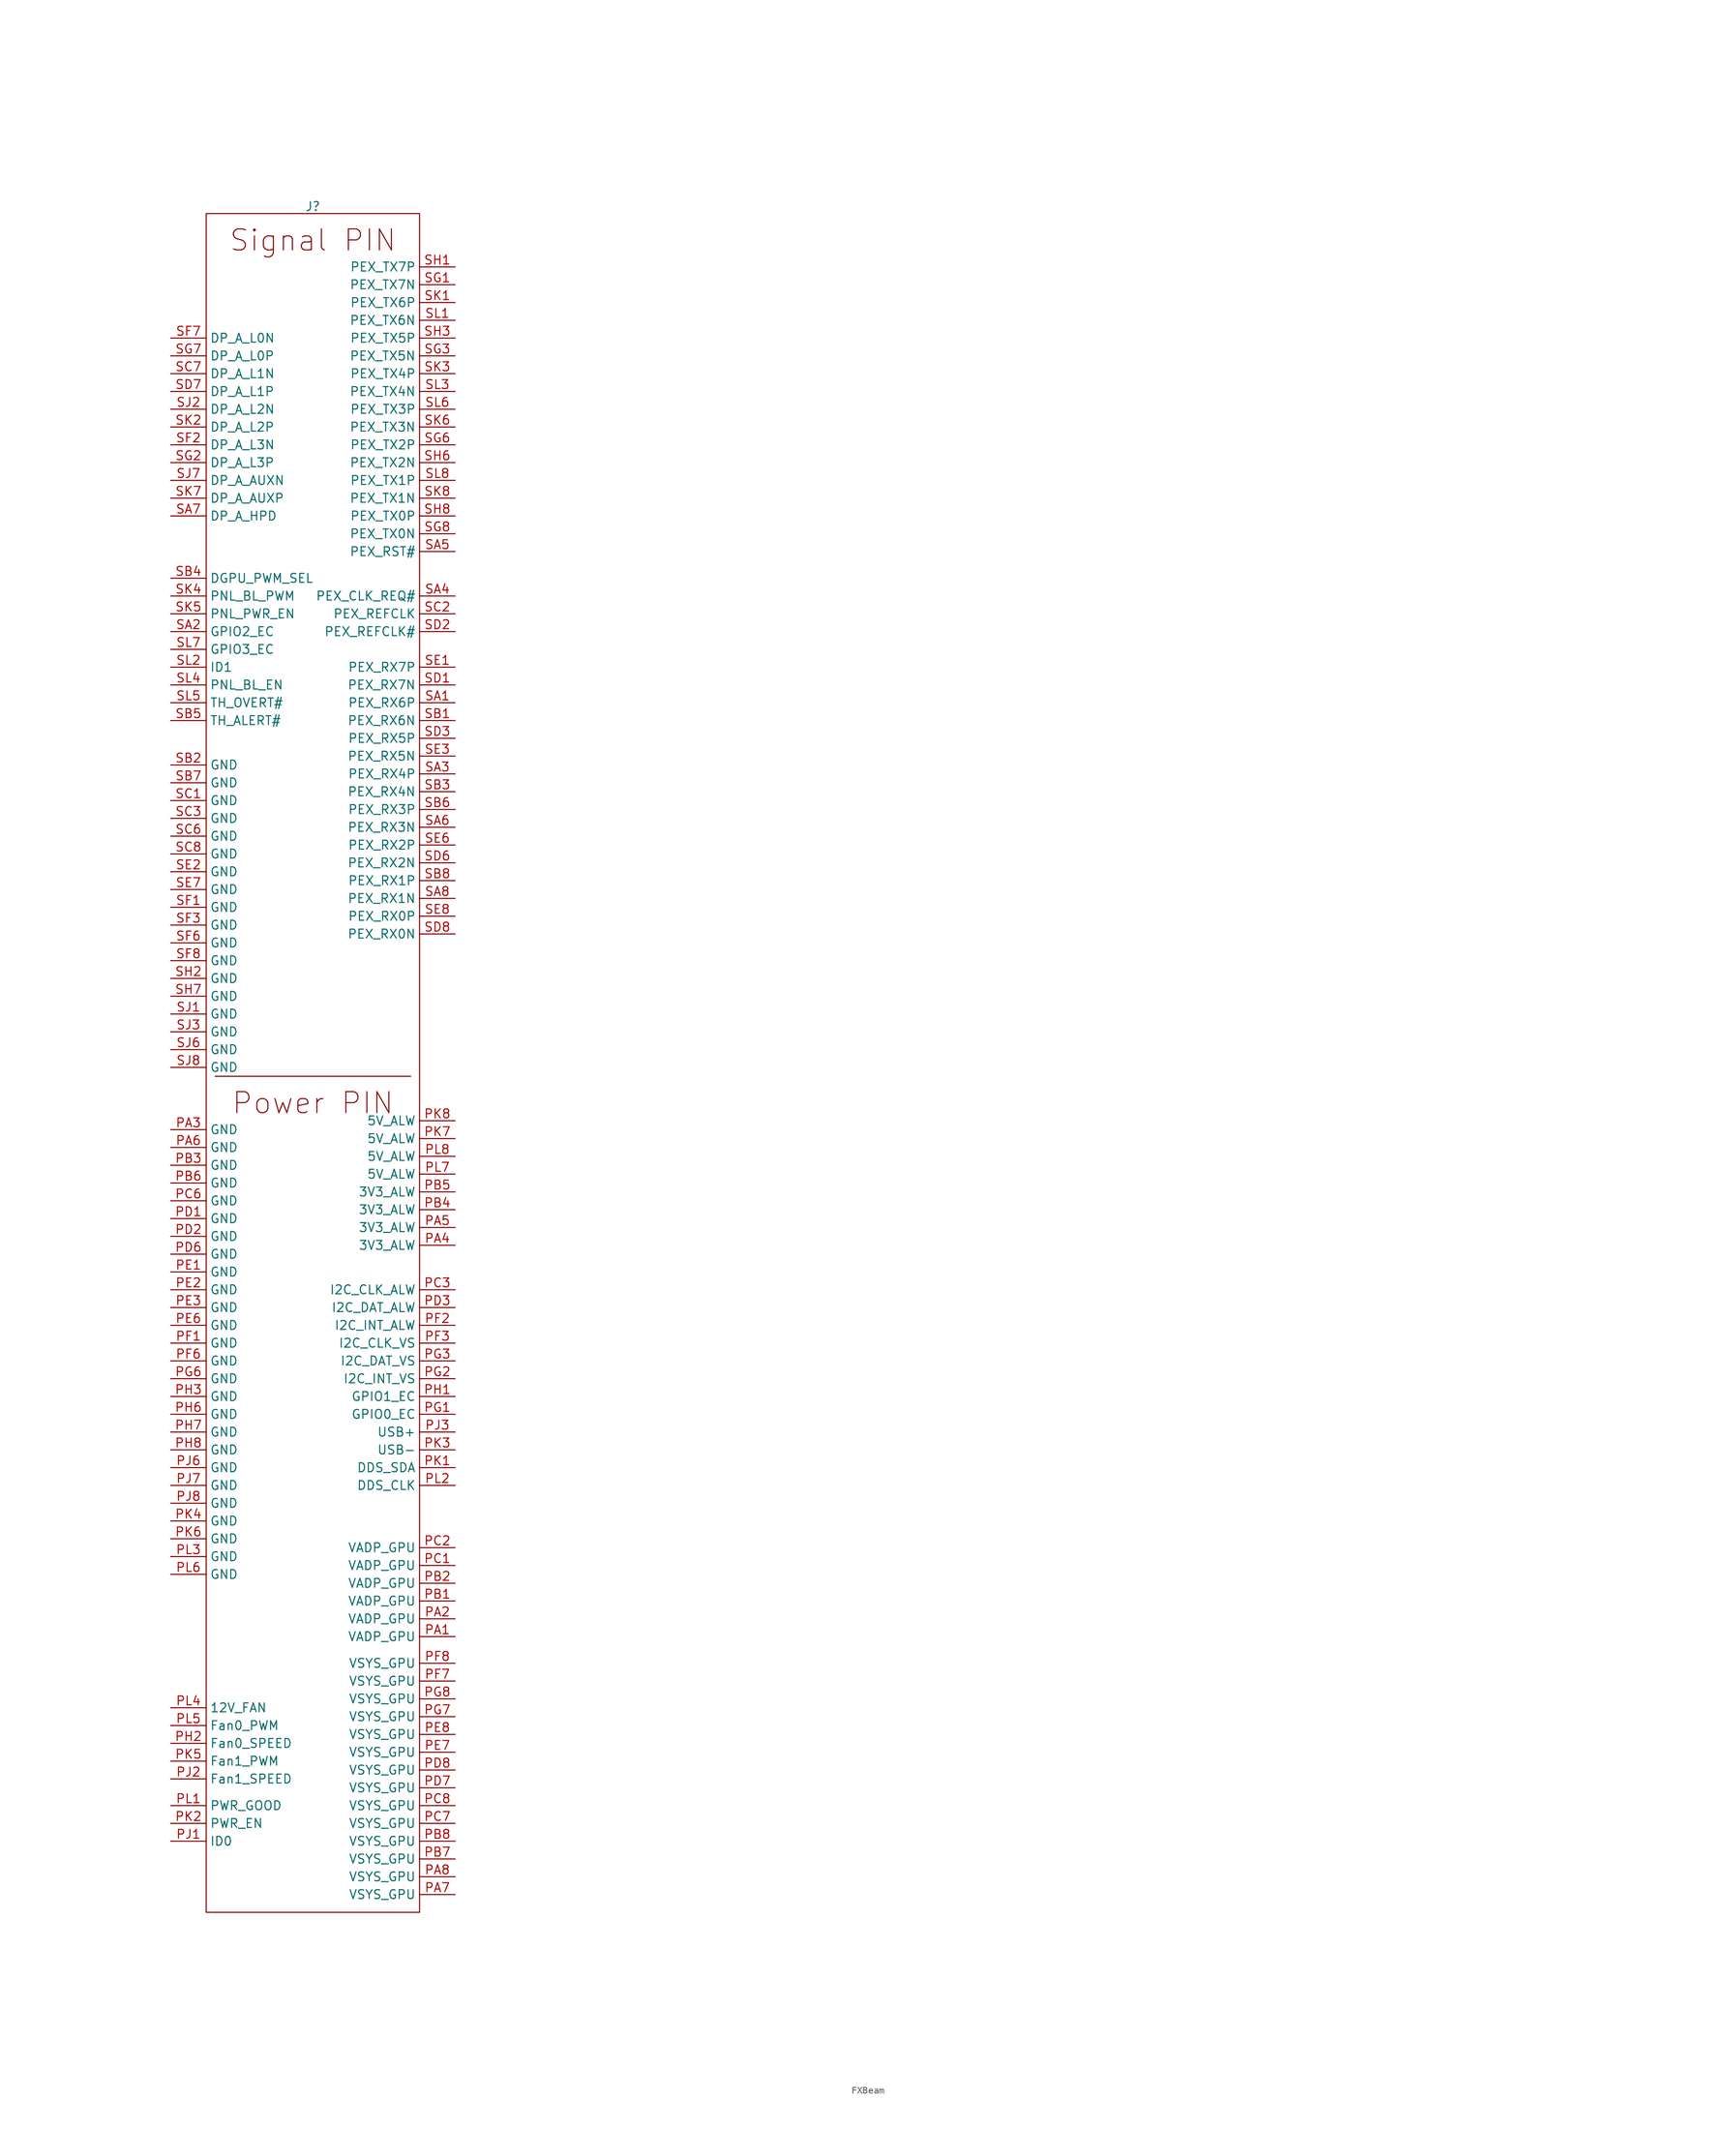
<source format=kicad_sym>
(kicad_symbol_lib
  (version 20241209)
  (generator "kicad_symbol_editor")
  (generator_version "9.0")
  (symbol "FXBeam"
    (property "Reference" "J"
      (at 0 124.206 0)
      (effects (font (size 1.27 1.27))))
    (property "Value" ""
      (at 179.07 -50.8 0)
      (effects (font (size 1.27 1.27))))
    (symbol "FXBeam_0_0"
      (pin unspecified line (at -20.32 105.41 0) (length 5.08) (name "DP_A_L0N" (effects (font (size 1.27 1.27)))) (number "SF7" (effects (font (size 1.27 1.27)))))
      (pin unspecified line (at -20.32 102.87 0) (length 5.08) (name "DP_A_L0P" (effects (font (size 1.27 1.27)))) (number "SG7" (effects (font (size 1.27 1.27)))))
      (pin unspecified line (at -20.32 100.33 0) (length 5.08) (name "DP_A_L1N" (effects (font (size 1.27 1.27)))) (number "SC7" (effects (font (size 1.27 1.27)))))
      (pin unspecified line (at -20.32 97.79 0) (length 5.08) (name "DP_A_L1P" (effects (font (size 1.27 1.27)))) (number "SD7" (effects (font (size 1.27 1.27)))))
      (pin unspecified line (at -20.32 95.25 0) (length 5.08) (name "DP_A_L2N" (effects (font (size 1.27 1.27)))) (number "SJ2" (effects (font (size 1.27 1.27)))))
      (pin unspecified line (at -20.32 92.71 0) (length 5.08) (name "DP_A_L2P" (effects (font (size 1.27 1.27)))) (number "SK2" (effects (font (size 1.27 1.27)))))
      (pin unspecified line (at -20.32 90.17 0) (length 5.08) (name "DP_A_L3N" (effects (font (size 1.27 1.27)))) (number "SF2" (effects (font (size 1.27 1.27)))))
      (pin unspecified line (at -20.32 87.63 0) (length 5.08) (name "DP_A_L3P" (effects (font (size 1.27 1.27)))) (number "SG2" (effects (font (size 1.27 1.27)))))
      (pin unspecified line (at -20.32 80.01 0) (length 5.08) (name "DP_A_HPD" (effects (font (size 1.27 1.27)))) (number "SA7" (effects (font (size 1.27 1.27)))))
      (pin unspecified line (at -20.32 71.12 0) (length 5.08) (name "DGPU_PWM_SEL" (effects (font (size 1.27 1.27)))) (number "SB4" (effects (font (size 1.27 1.27)))))
      (pin unspecified line (at -20.32 68.58 0) (length 5.08) (name "PNL_BL_PWM" (effects (font (size 1.27 1.27)))) (number "SK4" (effects (font (size 1.27 1.27)))))
      (pin unspecified line (at -20.32 66.04 0) (length 5.08) (name "PNL_PWR_EN" (effects (font (size 1.27 1.27)))) (number "SK5" (effects (font (size 1.27 1.27)))))
      (pin unspecified line (at -20.32 63.5 0) (length 5.08) (name "GPIO2_EC" (effects (font (size 1.27 1.27)))) (number "SA2" (effects (font (size 1.27 1.27)))))
      (pin unspecified line (at -20.32 60.96 0) (length 5.08) (name "GPIO3_EC" (effects (font (size 1.27 1.27)))) (number "SL7" (effects (font (size 1.27 1.27)))))
      (pin unspecified line (at -20.32 58.42 0) (length 5.08) (name "ID1" (effects (font (size 1.27 1.27)))) (number "SL2" (effects (font (size 1.27 1.27)))))
      (pin unspecified line (at -20.32 55.88 0) (length 5.08) (name "PNL_BL_EN" (effects (font (size 1.27 1.27)))) (number "SL4" (effects (font (size 1.27 1.27)))))
      (pin unspecified line (at -20.32 53.34 0) (length 5.08) (name "TH_OVERT#" (effects (font (size 1.27 1.27)))) (number "SL5" (effects (font (size 1.27 1.27)))))
      (pin unspecified line (at -20.32 50.8 0) (length 5.08) (name "TH_ALERT#" (effects (font (size 1.27 1.27)))) (number "SB5" (effects (font (size 1.27 1.27)))))
      (pin unspecified line (at -20.32 44.45 0) (length 5.08) (name "GND" (effects (font (size 1.27 1.27)))) (number "SB2" (effects (font (size 1.27 1.27)))))
      (pin unspecified line (at -20.32 41.91 0) (length 5.08) (name "GND" (effects (font (size 1.27 1.27)))) (number "SB7" (effects (font (size 1.27 1.27)))))
      (pin unspecified line (at -20.32 39.37 0) (length 5.08) (name "GND" (effects (font (size 1.27 1.27)))) (number "SC1" (effects (font (size 1.27 1.27)))))
      (pin unspecified line (at -20.32 36.83 0) (length 5.08) (name "GND" (effects (font (size 1.27 1.27)))) (number "SC3" (effects (font (size 1.27 1.27)))))
      (pin unspecified line (at -20.32 34.29 0) (length 5.08) (name "GND" (effects (font (size 1.27 1.27)))) (number "SC6" (effects (font (size 1.27 1.27)))))
      (pin unspecified line (at -20.32 31.75 0) (length 5.08) (name "GND" (effects (font (size 1.27 1.27)))) (number "SC8" (effects (font (size 1.27 1.27)))))
      (pin unspecified line (at -20.32 29.21 0) (length 5.08) (name "GND" (effects (font (size 1.27 1.27)))) (number "SE2" (effects (font (size 1.27 1.27)))))
      (pin unspecified line (at -20.32 26.67 0) (length 5.08) (name "GND" (effects (font (size 1.27 1.27)))) (number "SE7" (effects (font (size 1.27 1.27)))))
      (pin unspecified line (at -20.32 24.13 0) (length 5.08) (name "GND" (effects (font (size 1.27 1.27)))) (number "SF1" (effects (font (size 1.27 1.27)))))
      (pin unspecified line (at -20.32 21.59 0) (length 5.08) (name "GND" (effects (font (size 1.27 1.27)))) (number "SF3" (effects (font (size 1.27 1.27)))))
      (pin unspecified line (at -20.32 19.05 0) (length 5.08) (name "GND" (effects (font (size 1.27 1.27)))) (number "SF6" (effects (font (size 1.27 1.27)))))
      (pin unspecified line (at -20.32 16.51 0) (length 5.08) (name "GND" (effects (font (size 1.27 1.27)))) (number "SF8" (effects (font (size 1.27 1.27)))))
      (pin unspecified line (at -20.32 13.97 0) (length 5.08) (name "GND" (effects (font (size 1.27 1.27)))) (number "SH2" (effects (font (size 1.27 1.27)))))
      (pin unspecified line (at -20.32 11.43 0) (length 5.08) (name "GND" (effects (font (size 1.27 1.27)))) (number "SH7" (effects (font (size 1.27 1.27)))))
      (pin unspecified line (at -20.32 8.89 0) (length 5.08) (name "GND" (effects (font (size 1.27 1.27)))) (number "SJ1" (effects (font (size 1.27 1.27)))))
      (pin unspecified line (at -20.32 6.35 0) (length 5.08) (name "GND" (effects (font (size 1.27 1.27)))) (number "SJ3" (effects (font (size 1.27 1.27)))))
      (pin unspecified line (at -20.32 3.81 0) (length 5.08) (name "GND" (effects (font (size 1.27 1.27)))) (number "SJ6" (effects (font (size 1.27 1.27)))))
      (pin unspecified line (at -20.32 1.27 0) (length 5.08) (name "GND" (effects (font (size 1.27 1.27)))) (number "SJ8" (effects (font (size 1.27 1.27)))))
      (pin unspecified line (at -20.32 -7.62 0) (length 5.08) (name "GND" (effects (font (size 1.27 1.27)))) (number "PA3" (effects (font (size 1.27 1.27)))))
      (pin unspecified line (at -20.32 -10.16 0) (length 5.08) (name "GND" (effects (font (size 1.27 1.27)))) (number "PA6" (effects (font (size 1.27 1.27)))))
      (pin unspecified line (at -20.32 -12.7 0) (length 5.08) (name "GND" (effects (font (size 1.27 1.27)))) (number "PB3" (effects (font (size 1.27 1.27)))))
      (pin unspecified line (at -20.32 -15.24 0) (length 5.08) (name "GND" (effects (font (size 1.27 1.27)))) (number "PB6" (effects (font (size 1.27 1.27)))))
      (pin unspecified line (at -20.32 -17.78 0) (length 5.08) (name "GND" (effects (font (size 1.27 1.27)))) (number "PC6" (effects (font (size 1.27 1.27)))))
      (pin unspecified line (at -20.32 -20.32 0) (length 5.08) (name "GND" (effects (font (size 1.27 1.27)))) (number "PD1" (effects (font (size 1.27 1.27)))))
      (pin unspecified line (at -20.32 -22.86 0) (length 5.08) (name "GND" (effects (font (size 1.27 1.27)))) (number "PD2" (effects (font (size 1.27 1.27)))))
      (pin unspecified line (at -20.32 -25.4 0) (length 5.08) (name "GND" (effects (font (size 1.27 1.27)))) (number "PD6" (effects (font (size 1.27 1.27)))))
      (pin unspecified line (at -20.32 -27.94 0) (length 5.08) (name "GND" (effects (font (size 1.27 1.27)))) (number "PE1" (effects (font (size 1.27 1.27)))))
      (pin unspecified line (at -20.32 -30.48 0) (length 5.08) (name "GND" (effects (font (size 1.27 1.27)))) (number "PE2" (effects (font (size 1.27 1.27)))))
      (pin unspecified line (at -20.32 -33.02 0) (length 5.08) (name "GND" (effects (font (size 1.27 1.27)))) (number "PE3" (effects (font (size 1.27 1.27)))))
      (pin unspecified line (at -20.32 -35.56 0) (length 5.08) (name "GND" (effects (font (size 1.27 1.27)))) (number "PE6" (effects (font (size 1.27 1.27)))))
      (pin unspecified line (at -20.32 -38.1 0) (length 5.08) (name "GND" (effects (font (size 1.27 1.27)))) (number "PF1" (effects (font (size 1.27 1.27)))))
      (pin unspecified line (at -20.32 -40.64 0) (length 5.08) (name "GND" (effects (font (size 1.27 1.27)))) (number "PF6" (effects (font (size 1.27 1.27)))))
      (pin unspecified line (at -20.32 -43.18 0) (length 5.08) (name "GND" (effects (font (size 1.27 1.27)))) (number "PG6" (effects (font (size 1.27 1.27)))))
      (pin unspecified line (at -20.32 -45.72 0) (length 5.08) (name "GND" (effects (font (size 1.27 1.27)))) (number "PH3" (effects (font (size 1.27 1.27)))))
      (pin unspecified line (at -20.32 -48.26 0) (length 5.08) (name "GND" (effects (font (size 1.27 1.27)))) (number "PH6" (effects (font (size 1.27 1.27)))))
      (pin unspecified line (at -20.32 -50.8 0) (length 5.08) (name "GND" (effects (font (size 1.27 1.27)))) (number "PH7" (effects (font (size 1.27 1.27)))))
      (pin unspecified line (at -20.32 -53.34 0) (length 5.08) (name "GND" (effects (font (size 1.27 1.27)))) (number "PH8" (effects (font (size 1.27 1.27)))))
      (pin unspecified line (at -20.32 -55.88 0) (length 5.08) (name "GND" (effects (font (size 1.27 1.27)))) (number "PJ6" (effects (font (size 1.27 1.27)))))
      (pin unspecified line (at -20.32 -58.42 0) (length 5.08) (name "GND" (effects (font (size 1.27 1.27)))) (number "PJ7" (effects (font (size 1.27 1.27)))))
      (pin unspecified line (at -20.32 -60.96 0) (length 5.08) (name "GND" (effects (font (size 1.27 1.27)))) (number "PJ8" (effects (font (size 1.27 1.27)))))
      (pin unspecified line (at -20.32 -63.5 0) (length 5.08) (name "GND" (effects (font (size 1.27 1.27)))) (number "PK4" (effects (font (size 1.27 1.27)))))
      (pin unspecified line (at -20.32 -66.04 0) (length 5.08) (name "GND" (effects (font (size 1.27 1.27)))) (number "PK6" (effects (font (size 1.27 1.27)))))
      (pin unspecified line (at -20.32 -68.58 0) (length 5.08) (name "GND" (effects (font (size 1.27 1.27)))) (number "PL3" (effects (font (size 1.27 1.27)))))
      (pin unspecified line (at -20.32 -71.12 0) (length 5.08) (name "GND" (effects (font (size 1.27 1.27)))) (number "PL6" (effects (font (size 1.27 1.27)))))
      (pin power_in line (at -20.32 -90.17 0) (length 5.08) (name "12V_FAN" (effects (font (size 1.27 1.27)))) (number "PL4" (effects (font (size 1.27 1.27)))))
      (pin input line (at -20.32 -92.71 0) (length 5.08) (name "Fan0_PWM" (effects (font (size 1.27 1.27)))) (number "PL5" (effects (font (size 1.27 1.27)))))
      (pin output line (at -20.32 -95.25 0) (length 5.08) (name "Fan0_SPEED" (effects (font (size 1.27 1.27)))) (number "PH2" (effects (font (size 1.27 1.27)))))
      (pin input line (at -20.32 -97.79 0) (length 5.08) (name "Fan1_PWM" (effects (font (size 1.27 1.27)))) (number "PK5" (effects (font (size 1.27 1.27)))))
      (pin output line (at -20.32 -100.33 0) (length 5.08) (name "Fan1_SPEED" (effects (font (size 1.27 1.27)))) (number "PJ2" (effects (font (size 1.27 1.27)))))
      (pin output line (at -20.32 -104.14 0) (length 5.08) (name "PWR_GOOD" (effects (font (size 1.27 1.27)))) (number "PL1" (effects (font (size 1.27 1.27)))))
      (pin input line (at -20.32 -106.68 0) (length 5.08) (name "PWR_EN" (effects (font (size 1.27 1.27)))) (number "PK2" (effects (font (size 1.27 1.27)))))
      (pin output line (at -20.32 -109.22 0) (length 5.08) (name "ID0" (effects (font (size 1.27 1.27)))) (number "PJ1" (effects (font (size 1.27 1.27)))))
      (pin unspecified line (at 20.32 115.57 180) (length 5.08) (name "PEX_TX7P" (effects (font (size 1.27 1.27)))) (number "SH1" (effects (font (size 1.27 1.27)))))
      (pin unspecified line (at 20.32 113.03 180) (length 5.08) (name "PEX_TX7N" (effects (font (size 1.27 1.27)))) (number "SG1" (effects (font (size 1.27 1.27)))))
      (pin unspecified line (at 20.32 110.49 180) (length 5.08) (name "PEX_TX6P" (effects (font (size 1.27 1.27)))) (number "SK1" (effects (font (size 1.27 1.27)))))
      (pin unspecified line (at 20.32 107.95 180) (length 5.08) (name "PEX_TX6N" (effects (font (size 1.27 1.27)))) (number "SL1" (effects (font (size 1.27 1.27)))))
      (pin unspecified line (at 20.32 105.41 180) (length 5.08) (name "PEX_TX5P" (effects (font (size 1.27 1.27)))) (number "SH3" (effects (font (size 1.27 1.27)))))
      (pin unspecified line (at 20.32 102.87 180) (length 5.08) (name "PEX_TX5N" (effects (font (size 1.27 1.27)))) (number "SG3" (effects (font (size 1.27 1.27)))))
      (pin unspecified line (at 20.32 100.33 180) (length 5.08) (name "PEX_TX4P" (effects (font (size 1.27 1.27)))) (number "SK3" (effects (font (size 1.27 1.27)))))
      (pin unspecified line (at 20.32 97.79 180) (length 5.08) (name "PEX_TX4N" (effects (font (size 1.27 1.27)))) (number "SL3" (effects (font (size 1.27 1.27)))))
      (pin unspecified line (at 20.32 95.25 180) (length 5.08) (name "PEX_TX3P" (effects (font (size 1.27 1.27)))) (number "SL6" (effects (font (size 1.27 1.27)))))
      (pin unspecified line (at 20.32 92.71 180) (length 5.08) (name "PEX_TX3N" (effects (font (size 1.27 1.27)))) (number "SK6" (effects (font (size 1.27 1.27)))))
      (pin unspecified line (at 20.32 90.17 180) (length 5.08) (name "PEX_TX2P" (effects (font (size 1.27 1.27)))) (number "SG6" (effects (font (size 1.27 1.27)))))
      (pin unspecified line (at 20.32 87.63 180) (length 5.08) (name "PEX_TX2N" (effects (font (size 1.27 1.27)))) (number "SH6" (effects (font (size 1.27 1.27)))))
      (pin unspecified line (at 20.32 85.09 180) (length 5.08) (name "PEX_TX1P" (effects (font (size 1.27 1.27)))) (number "SL8" (effects (font (size 1.27 1.27)))))
      (pin unspecified line (at 20.32 82.55 180) (length 5.08) (name "PEX_TX1N" (effects (font (size 1.27 1.27)))) (number "SK8" (effects (font (size 1.27 1.27)))))
      (pin unspecified line (at 20.32 80.01 180) (length 5.08) (name "PEX_TX0P" (effects (font (size 1.27 1.27)))) (number "SH8" (effects (font (size 1.27 1.27)))))
      (pin unspecified line (at 20.32 77.47 180) (length 5.08) (name "PEX_TX0N" (effects (font (size 1.27 1.27)))) (number "SG8" (effects (font (size 1.27 1.27)))))
      (pin unspecified line (at 20.32 74.93 180) (length 5.08) (name "PEX_RST#" (effects (font (size 1.27 1.27)))) (number "SA5" (effects (font (size 1.27 1.27)))))
      (pin unspecified line (at 20.32 68.58 180) (length 5.08) (name "PEX_CLK_REQ#" (effects (font (size 1.27 1.27)))) (number "SA4" (effects (font (size 1.27 1.27)))))
      (pin unspecified line (at 20.32 66.04 180) (length 5.08) (name "PEX_REFCLK" (effects (font (size 1.27 1.27)))) (number "SC2" (effects (font (size 1.27 1.27)))))
      (pin unspecified line (at 20.32 63.5 180) (length 5.08) (name "PEX_REFCLK#" (effects (font (size 1.27 1.27)))) (number "SD2" (effects (font (size 1.27 1.27)))))
      (pin unspecified line (at 20.32 58.42 180) (length 5.08) (name "PEX_RX7P" (effects (font (size 1.27 1.27)))) (number "SE1" (effects (font (size 1.27 1.27)))))
      (pin unspecified line (at 20.32 55.88 180) (length 5.08) (name "PEX_RX7N" (effects (font (size 1.27 1.27)))) (number "SD1" (effects (font (size 1.27 1.27)))))
      (pin unspecified line (at 20.32 53.34 180) (length 5.08) (name "PEX_RX6P" (effects (font (size 1.27 1.27)))) (number "SA1" (effects (font (size 1.27 1.27)))))
      (pin unspecified line (at 20.32 50.8 180) (length 5.08) (name "PEX_RX6N" (effects (font (size 1.27 1.27)))) (number "SB1" (effects (font (size 1.27 1.27)))))
      (pin unspecified line (at 20.32 48.26 180) (length 5.08) (name "PEX_RX5P" (effects (font (size 1.27 1.27)))) (number "SD3" (effects (font (size 1.27 1.27)))))
      (pin unspecified line (at 20.32 45.72 180) (length 5.08) (name "PEX_RX5N" (effects (font (size 1.27 1.27)))) (number "SE3" (effects (font (size 1.27 1.27)))))
      (pin unspecified line (at 20.32 43.18 180) (length 5.08) (name "PEX_RX4P" (effects (font (size 1.27 1.27)))) (number "SA3" (effects (font (size 1.27 1.27)))))
      (pin unspecified line (at 20.32 40.64 180) (length 5.08) (name "PEX_RX4N" (effects (font (size 1.27 1.27)))) (number "SB3" (effects (font (size 1.27 1.27)))))
      (pin unspecified line (at 20.32 38.1 180) (length 5.08) (name "PEX_RX3P" (effects (font (size 1.27 1.27)))) (number "SB6" (effects (font (size 1.27 1.27)))))
      (pin unspecified line (at 20.32 35.56 180) (length 5.08) (name "PEX_RX3N" (effects (font (size 1.27 1.27)))) (number "SA6" (effects (font (size 1.27 1.27)))))
      (pin unspecified line (at 20.32 33.02 180) (length 5.08) (name "PEX_RX2P" (effects (font (size 1.27 1.27)))) (number "SE6" (effects (font (size 1.27 1.27)))))
      (pin unspecified line (at 20.32 30.48 180) (length 5.08) (name "PEX_RX2N" (effects (font (size 1.27 1.27)))) (number "SD6" (effects (font (size 1.27 1.27)))))
      (pin unspecified line (at 20.32 27.94 180) (length 5.08) (name "PEX_RX1P" (effects (font (size 1.27 1.27)))) (number "SB8" (effects (font (size 1.27 1.27)))))
      (pin unspecified line (at 20.32 25.4 180) (length 5.08) (name "PEX_RX1N" (effects (font (size 1.27 1.27)))) (number "SA8" (effects (font (size 1.27 1.27)))))
      (pin unspecified line (at 20.32 22.86 180) (length 5.08) (name "PEX_RX0P" (effects (font (size 1.27 1.27)))) (number "SE8" (effects (font (size 1.27 1.27)))))
      (pin unspecified line (at 20.32 20.32 180) (length 5.08) (name "PEX_RX0N" (effects (font (size 1.27 1.27)))) (number "SD8" (effects (font (size 1.27 1.27)))))
      (pin power_in line (at 20.32 -6.35 180) (length 5.08) (name "5V_ALW" (effects (font (size 1.27 1.27)))) (number "PK8" (effects (font (size 1.27 1.27)))))
      (pin power_in line (at 20.32 -8.89 180) (length 5.08) (name "5V_ALW" (effects (font (size 1.27 1.27)))) (number "PK7" (effects (font (size 1.27 1.27)))))
      (pin power_in line (at 20.32 -11.43 180) (length 5.08) (name "5V_ALW" (effects (font (size 1.27 1.27)))) (number "PL8" (effects (font (size 1.27 1.27)))))
      (pin power_in line (at 20.32 -13.97 180) (length 5.08) (name "5V_ALW" (effects (font (size 1.27 1.27)))) (number "PL7" (effects (font (size 1.27 1.27)))))
      (pin power_in line (at 20.32 -16.51 180) (length 5.08) (name "3V3_ALW" (effects (font (size 1.27 1.27)))) (number "PB5" (effects (font (size 1.27 1.27)))))
      (pin power_in line (at 20.32 -19.05 180) (length 5.08) (name "3V3_ALW" (effects (font (size 1.27 1.27)))) (number "PB4" (effects (font (size 1.27 1.27)))))
      (pin power_in line (at 20.32 -21.59 180) (length 5.08) (name "3V3_ALW" (effects (font (size 1.27 1.27)))) (number "PA5" (effects (font (size 1.27 1.27)))))
      (pin power_in line (at 20.32 -24.13 180) (length 5.08) (name "3V3_ALW" (effects (font (size 1.27 1.27)))) (number "PA4" (effects (font (size 1.27 1.27)))))
      (pin bidirectional line (at 20.32 -30.48 180) (length 5.08) (name "I2C_CLK_ALW" (effects (font (size 1.27 1.27)))) (number "PC3" (effects (font (size 1.27 1.27)))))
      (pin bidirectional line (at 20.32 -33.02 180) (length 5.08) (name "I2C_DAT_ALW" (effects (font (size 1.27 1.27)))) (number "PD3" (effects (font (size 1.27 1.27)))))
      (pin bidirectional line (at 20.32 -35.56 180) (length 5.08) (name "I2C_INT_ALW" (effects (font (size 1.27 1.27)))) (number "PF2" (effects (font (size 1.27 1.27)))))
      (pin bidirectional line (at 20.32 -38.1 180) (length 5.08) (name "I2C_CLK_VS" (effects (font (size 1.27 1.27)))) (number "PF3" (effects (font (size 1.27 1.27)))))
      (pin unspecified line (at 20.32 -40.64 180) (length 5.08) (name "I2C_DAT_VS" (effects (font (size 1.27 1.27)))) (number "PG3" (effects (font (size 1.27 1.27)))))
      (pin unspecified line (at 20.32 -43.18 180) (length 5.08) (name "I2C_INT_VS" (effects (font (size 1.27 1.27)))) (number "PG2" (effects (font (size 1.27 1.27)))))
      (pin unspecified line (at 20.32 -45.72 180) (length 5.08) (name "GPIO1_EC" (effects (font (size 1.27 1.27)))) (number "PH1" (effects (font (size 1.27 1.27)))))
      (pin unspecified line (at 20.32 -48.26 180) (length 5.08) (name "GPIO0_EC" (effects (font (size 1.27 1.27)))) (number "PG1" (effects (font (size 1.27 1.27)))))
      (pin bidirectional line (at 20.32 -50.8 180) (length 5.08) (name "USB+" (effects (font (size 1.27 1.27)))) (number "PJ3" (effects (font (size 1.27 1.27)))))
      (pin bidirectional line (at 20.32 -53.34 180) (length 5.08) (name "USB-" (effects (font (size 1.27 1.27)))) (number "PK3" (effects (font (size 1.27 1.27)))))
      (pin input line (at 20.32 -55.88 180) (length 5.08) (name "DDS_SDA" (effects (font (size 1.27 1.27)))) (number "PK1" (effects (font (size 1.27 1.27)))))
      (pin bidirectional line (at 20.32 -58.42 180) (length 5.08) (name "DDS_CLK" (effects (font (size 1.27 1.27)))) (number "PL2" (effects (font (size 1.27 1.27)))))
      (pin power_out line (at 20.32 -67.31 180) (length 5.08) (name "VADP_GPU" (effects (font (size 1.27 1.27)))) (number "PC2" (effects (font (size 1.27 1.27)))))
      (pin power_out line (at 20.32 -69.85 180) (length 5.08) (name "VADP_GPU" (effects (font (size 1.27 1.27)))) (number "PC1" (effects (font (size 1.27 1.27)))))
      (pin power_in line (at 20.32 -72.39 180) (length 5.08) (name "VADP_GPU" (effects (font (size 1.27 1.27)))) (number "PB2" (effects (font (size 1.27 1.27)))))
      (pin power_in line (at 20.32 -74.93 180) (length 5.08) (name "VADP_GPU" (effects (font (size 1.27 1.27)))) (number "PB1" (effects (font (size 1.27 1.27)))))
      (pin power_out line (at 20.32 -77.47 180) (length 5.08) (name "VADP_GPU" (effects (font (size 1.27 1.27)))) (number "PA2" (effects (font (size 1.27 1.27)))))
      (pin power_out line (at 20.32 -80.01 180) (length 5.08) (name "VADP_GPU" (effects (font (size 1.27 1.27)))) (number "PA1" (effects (font (size 1.27 1.27)))))
      (pin power_in line (at 20.32 -83.82 180) (length 5.08) (name "VSYS_GPU" (effects (font (size 1.27 1.27)))) (number "PF8" (effects (font (size 1.27 1.27)))))
      (pin power_in line (at 20.32 -86.36 180) (length 5.08) (name "VSYS_GPU" (effects (font (size 1.27 1.27)))) (number "PF7" (effects (font (size 1.27 1.27)))))
      (pin power_in line (at 20.32 -88.9 180) (length 5.08) (name "VSYS_GPU" (effects (font (size 1.27 1.27)))) (number "PG8" (effects (font (size 1.27 1.27)))))
      (pin power_in line (at 20.32 -91.44 180) (length 5.08) (name "VSYS_GPU" (effects (font (size 1.27 1.27)))) (number "PG7" (effects (font (size 1.27 1.27)))))
      (pin power_in line (at 20.32 -93.98 180) (length 5.08) (name "VSYS_GPU" (effects (font (size 1.27 1.27)))) (number "PE8" (effects (font (size 1.27 1.27)))))
      (pin power_in line (at 20.32 -96.52 180) (length 5.08) (name "VSYS_GPU" (effects (font (size 1.27 1.27)))) (number "PE7" (effects (font (size 1.27 1.27)))))
      (pin power_in line (at 20.32 -99.06 180) (length 5.08) (name "VSYS_GPU" (effects (font (size 1.27 1.27)))) (number "PD8" (effects (font (size 1.27 1.27)))))
      (pin power_in line (at 20.32 -101.6 180) (length 5.08) (name "VSYS_GPU" (effects (font (size 1.27 1.27)))) (number "PD7" (effects (font (size 1.27 1.27)))))
      (pin power_in line (at 20.32 -104.14 180) (length 5.08) (name "VSYS_GPU" (effects (font (size 1.27 1.27)))) (number "PC8" (effects (font (size 1.27 1.27)))))
      (pin power_in line (at 20.32 -106.68 180) (length 5.08) (name "VSYS_GPU" (effects (font (size 1.27 1.27)))) (number "PC7" (effects (font (size 1.27 1.27)))))
      (pin power_in line (at 20.32 -109.22 180) (length 5.08) (name "VSYS_GPU" (effects (font (size 1.27 1.27)))) (number "PB8" (effects (font (size 1.27 1.27)))))
      (pin power_in line (at 20.32 -111.76 180) (length 5.08) (name "VSYS_GPU" (effects (font (size 1.27 1.27)))) (number "PB7" (effects (font (size 1.27 1.27)))))
      (pin power_in line (at 20.32 -114.3 180) (length 5.08) (name "VSYS_GPU" (effects (font (size 1.27 1.27)))) (number "PA8" (effects (font (size 1.27 1.27)))))
      (pin power_in line (at 20.32 -116.84 180) (length 5.08) (name "VSYS_GPU" (effects (font (size 1.27 1.27)))) (number "PA7" (effects (font (size 1.27 1.27))))))
    (symbol "FXBeam_1_0"
      (pin unspecified line (at -20.32 85.09 0) (length 5.08) (name "DP_A_AUXN" (effects (font (size 1.27 1.27)))) (number "SJ7" (effects (font (size 1.27 1.27)))) (alternate "PEX_REFCLK2#" unspecified line))
      (pin unspecified line (at -20.32 82.55 0) (length 5.08) (name "DP_A_AUXP" (effects (font (size 1.27 1.27)))) (number "SK7" (effects (font (size 1.27 1.27)))) (alternate "PEX_REFCLK2" unspecified line)))
    (symbol "FXBeam_1_1"
      (rectangle (start -15.24 123.19) (end 15.24 -119.38) (stroke (width 0) (type default)) (fill (type none)))
      (polyline (pts (xy -13.97 0) (xy 13.97 0)) (stroke (width 0) (type default)) (fill (type none)))
      (text "Signal PIN" (at 0 119.38 0) (effects (font (size 3 3))))
      (text "Power PIN" (at 0 -3.81 0) (effects (font (size 3 3)))))))
</source>
